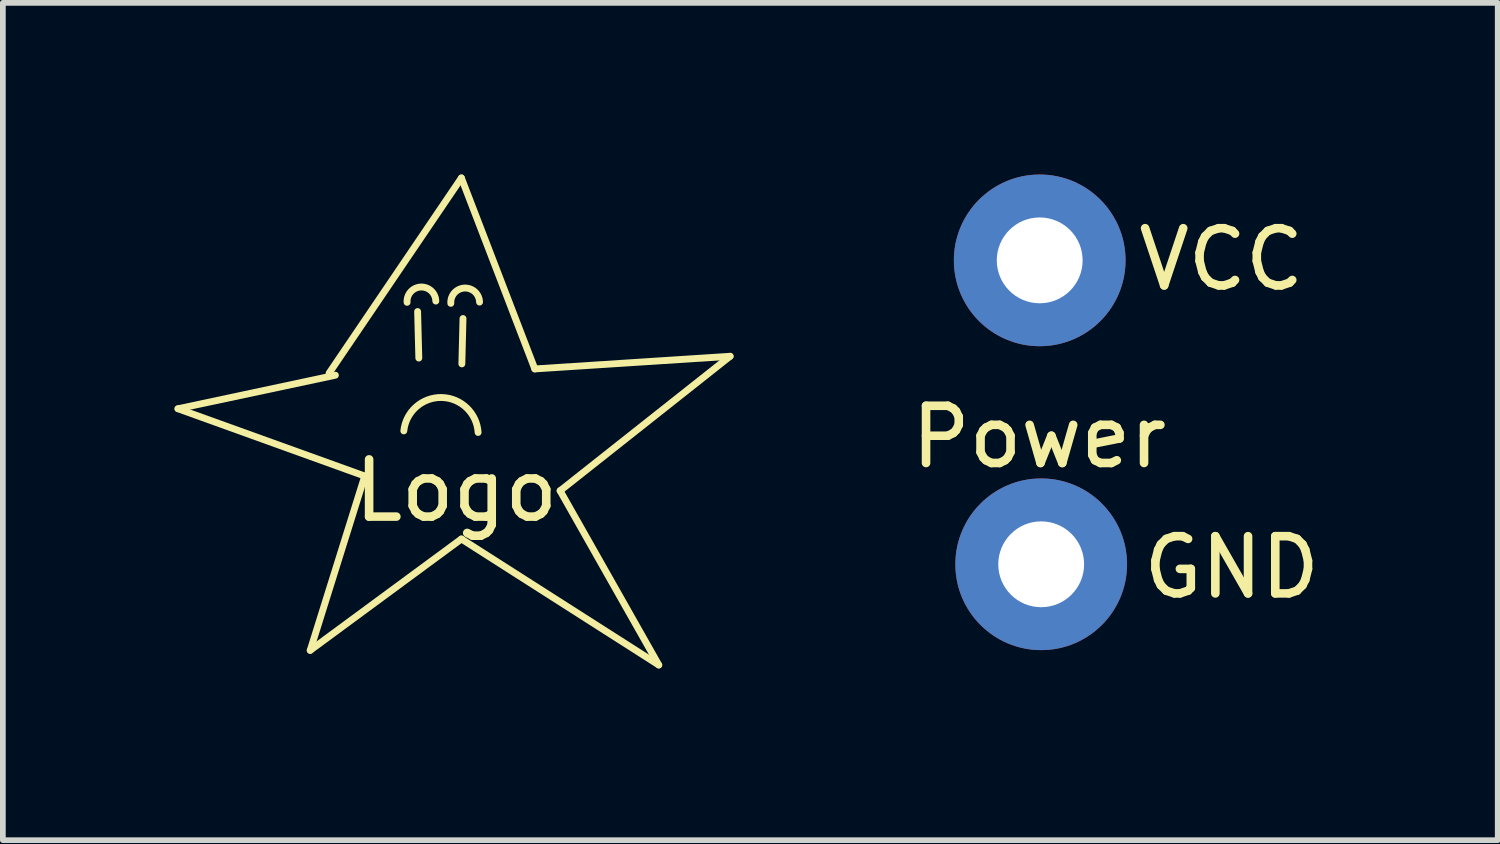
<source format=kicad_pcb>
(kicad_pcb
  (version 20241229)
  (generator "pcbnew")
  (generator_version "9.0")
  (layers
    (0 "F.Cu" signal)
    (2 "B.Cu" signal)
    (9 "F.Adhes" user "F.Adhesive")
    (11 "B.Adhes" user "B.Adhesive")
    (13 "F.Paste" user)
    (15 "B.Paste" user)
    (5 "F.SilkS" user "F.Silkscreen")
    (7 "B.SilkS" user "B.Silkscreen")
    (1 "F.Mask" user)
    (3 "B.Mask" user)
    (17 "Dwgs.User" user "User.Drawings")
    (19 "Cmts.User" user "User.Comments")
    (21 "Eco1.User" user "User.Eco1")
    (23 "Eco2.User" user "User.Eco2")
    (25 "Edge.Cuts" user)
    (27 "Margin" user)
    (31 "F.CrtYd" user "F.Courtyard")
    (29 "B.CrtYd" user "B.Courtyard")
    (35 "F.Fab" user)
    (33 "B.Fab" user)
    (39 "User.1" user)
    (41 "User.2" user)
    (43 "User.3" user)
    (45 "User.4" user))
  (footprint "Power"
    (layer "F.Cu")
    (at 15.109 4.086)
    (property "Reference" "Power" (at 0 0.5 0) (layer "F.SilkS") (effects (font (size 1 1) (thickness 0.15))))
    (attr through_hole)
    (fp_text user "VCC" (at 3.185 -2.603 0) (layer "F.SilkS") (effects (font (size 1 1) (thickness 0.15))))
    (fp_text user "GND" (at 3.365 2.779 0) (layer "F.SilkS") (effects (font (size 1 1) (thickness 0.15))))
    (pad "1" thru_hole circle (at 0.01 -2.586) (size 3 3) (drill 1.5) (layers "*.Cu" "*.Mask"))
    (pad "2" thru_hole circle (at 0.036 2.725) (size 3 3) (drill 1.5) (layers "*.Cu" "*.Mask")))
  (footprint "Logo"
    (layer "F.Cu")
    (at 4.924 5.023)
    (property "Reference" "Logo" (at 0 0.5 0) (layer "F.SilkS") (effects (font (size 1 1) (thickness 0.15))))
    (attr through_hole)
    (fp_line (start -4.864 -0.93) (end -2.113 -1.516) (stroke (width 0.12) (type solid)) (layer "F.SilkS"))
    (fp_line (start -2.553 3.292) (end -1.6 0.246) (stroke (width 0.12) (type solid)) (layer "F.SilkS"))
    (fp_line (start -2.223 -1.552) (end 0.089 -4.963) (stroke (width 0.12) (type solid)) (layer "F.SilkS"))
    (fp_line (start -1.6 0.246) (end -4.864 -0.93) (stroke (width 0.12) (type solid)) (layer "F.SilkS"))
    (fp_line (start -0.676 -2.629) (end -0.655 -1.816) (stroke (width 0.12) (type solid)) (layer "F.SilkS"))
    (fp_line (start 0.089 -4.963) (end 1.372 -1.626) (stroke (width 0.12) (type solid)) (layer "F.SilkS"))
    (fp_line (start 0.089 1.346) (end -2.553 3.292) (stroke (width 0.12) (type solid)) (layer "F.SilkS"))
    (fp_line (start 0.117 -2.507) (end 0.097 -1.714) (stroke (width 0.12) (type solid)) (layer "F.SilkS"))
    (fp_line (start 1.372 -1.626) (end 4.785 -1.847) (stroke (width 0.12) (type solid)) (layer "F.SilkS"))
    (fp_line (start 1.814 0.503) (end 3.538 3.548) (stroke (width 0.12) (type solid)) (layer "F.SilkS"))
    (fp_line (start 3.538 3.548) (end 0.089 1.346) (stroke (width 0.12) (type solid)) (layer "F.SilkS"))
    (fp_line (start 4.785 -1.847) (end 1.814 0.503) (stroke (width 0.12) (type solid)) (layer "F.SilkS"))
    (fp_arc (start -0.917167 -0.543185) (mid -0.255408 -1.126342) (end 0.381 -0.51562) (stroke (width 0.12) (type solid)) (layer "F.SilkS"))
    (fp_arc (start -0.860528 -2.789592) (mid -0.620697 -3.057966) (end -0.358141 -2.811779) (stroke (width 0.12) (type solid)) (layer "F.SilkS"))
    (fp_arc (start -0.095988 -2.771812) (mid 0.143843 -3.040186) (end 0.406399 -2.793999) (stroke (width 0.12) (type solid)) (layer "F.SilkS")))
  (gr_rect
    (start -3 -3)
    (end 23.123 11.632)
    (stroke (width 0.1) (type default))
    (fill no)
    (layer "Edge.Cuts")))
</source>
